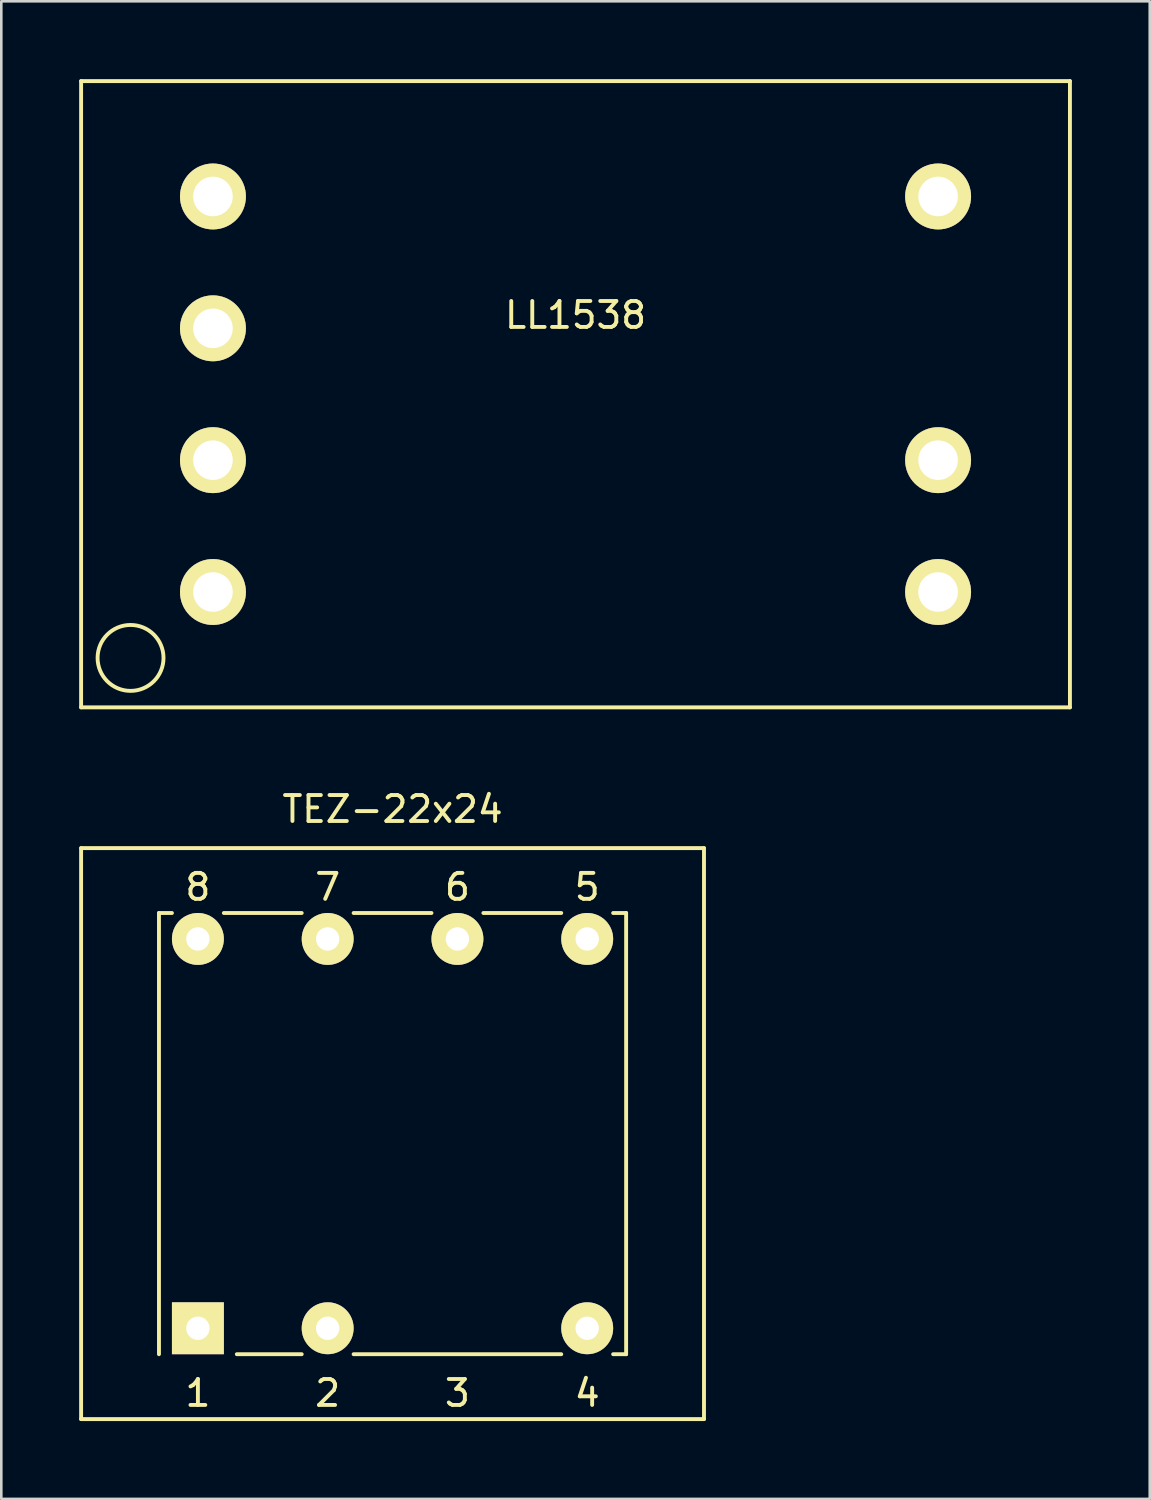
<source format=kicad_pcb>
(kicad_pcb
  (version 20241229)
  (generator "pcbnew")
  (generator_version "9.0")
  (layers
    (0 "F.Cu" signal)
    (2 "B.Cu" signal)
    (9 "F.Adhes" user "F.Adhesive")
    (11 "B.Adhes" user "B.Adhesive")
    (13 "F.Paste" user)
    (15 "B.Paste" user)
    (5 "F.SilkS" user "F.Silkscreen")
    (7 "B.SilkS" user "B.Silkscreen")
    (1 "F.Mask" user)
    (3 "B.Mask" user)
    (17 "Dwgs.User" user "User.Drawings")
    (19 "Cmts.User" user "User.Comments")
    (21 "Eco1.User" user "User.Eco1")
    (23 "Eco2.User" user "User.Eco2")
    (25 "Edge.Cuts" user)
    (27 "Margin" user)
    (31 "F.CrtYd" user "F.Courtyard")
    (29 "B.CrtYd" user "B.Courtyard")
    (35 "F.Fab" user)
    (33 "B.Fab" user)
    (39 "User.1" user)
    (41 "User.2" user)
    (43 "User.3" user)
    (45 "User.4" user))
  (footprint "LL1538"
    (layer "F.Cu")
    (at 19.125 12.14)
    (property "Reference" "LL1538" (at 0 -3.048 0) (layer "F.SilkS") (effects (font (size 1 1) (thickness 0.15))))
    (attr smd)
    (fp_line (start -19.05 -12.065) (end 19.05 -12.065) (stroke (width 0.15) (type solid)) (layer "F.SilkS"))
    (fp_line (start -19.05 12.065) (end -19.05 -12.065) (stroke (width 0.15) (type solid)) (layer "F.SilkS"))
    (fp_line (start 19.05 -12.065) (end 19.05 12.065) (stroke (width 0.15) (type solid)) (layer "F.SilkS"))
    (fp_line (start 19.05 12.065) (end -19.05 12.065) (stroke (width 0.15) (type solid)) (layer "F.SilkS"))
    (fp_circle (center -17.145 10.16) (end -17.145 8.89) (stroke (width 0.15) (type solid)) (fill no) (layer "F.SilkS"))
    (pad "1" thru_hole circle (at -13.97 7.62) (size 2.54 2.54) (drill 1.524) (layers "*.Cu" "*.Mask" "F.SilkS"))
    (pad "2" thru_hole circle (at -13.97 2.54) (size 2.54 2.54) (drill 1.524) (layers "*.Cu" "*.Mask" "F.SilkS"))
    (pad "3" thru_hole circle (at -13.97 -2.54) (size 2.54 2.54) (drill 1.524) (layers "*.Cu" "*.Mask" "F.SilkS"))
    (pad "4" thru_hole circle (at -13.97 -7.62) (size 2.54 2.54) (drill 1.524) (layers "*.Cu" "*.Mask" "F.SilkS"))
    (pad "5" thru_hole circle (at 13.97 7.62) (size 2.54 2.54) (drill 1.524) (layers "*.Cu" "*.Mask" "F.SilkS"))
    (pad "6" thru_hole circle (at 13.97 2.54) (size 2.54 2.54) (drill 1.524) (layers "*.Cu" "*.Mask" "F.SilkS"))
    (pad "8" thru_hole circle (at 13.97 -7.62) (size 2.54 2.54) (drill 1.524) (layers "*.Cu" "*.Mask" "F.SilkS")))
  (footprint "TEZ-22x24"
    (layer "F.Cu")
    (at 12.075 40.628)
    (property "Reference" "TEZ-22x24" (at 0 -12.5 0) (layer "F.SilkS") (effects (font (size 1 1) (thickness 0.15))))
    (attr through_hole)
    (fp_line (start -12 -11) (end 12 -11) (stroke (width 0.15) (type solid)) (layer "F.SilkS"))
    (fp_line (start -12 11) (end -12 -11) (stroke (width 0.15) (type solid)) (layer "F.SilkS"))
    (fp_line (start -9 8.5) (end -9 -8.5) (stroke (width 0.15) (type solid)) (layer "F.SilkS"))
    (fp_line (start -8.5 -8.5) (end -9 -8.5) (stroke (width 0.15) (type solid)) (layer "F.SilkS"))
    (fp_line (start -6.5 -8.5) (end -3.5 -8.5) (stroke (width 0.15) (type solid)) (layer "F.SilkS"))
    (fp_line (start -3.5 8.5) (end -6 8.5) (stroke (width 0.15) (type solid)) (layer "F.SilkS"))
    (fp_line (start -1.5 -8.5) (end 1.5 -8.5) (stroke (width 0.15) (type solid)) (layer "F.SilkS"))
    (fp_line (start -1.5 8.5) (end 6.5 8.5) (stroke (width 0.15) (type solid)) (layer "F.SilkS"))
    (fp_line (start 3.5 -8.5) (end 6.5 -8.5) (stroke (width 0.15) (type solid)) (layer "F.SilkS"))
    (fp_line (start 8.5 -8.5) (end 9 -8.5) (stroke (width 0.15) (type solid)) (layer "F.SilkS"))
    (fp_line (start 8.5 8.5) (end 9 8.5) (stroke (width 0.15) (type solid)) (layer "F.SilkS"))
    (fp_line (start 9 8.5) (end 9 -8.5) (stroke (width 0.15) (type solid)) (layer "F.SilkS"))
    (fp_line (start 12 -11) (end 12 11) (stroke (width 0.15) (type solid)) (layer "F.SilkS"))
    (fp_line (start 12 11) (end -12 11) (stroke (width 0.15) (type solid)) (layer "F.SilkS"))
    (fp_text user "2" (at -2.5 10 0) (layer "F.SilkS") (effects (font (size 1 1) (thickness 0.15))))
    (fp_text user "3" (at 2.5 10 0) (layer "F.SilkS") (effects (font (size 1 1) (thickness 0.15))))
    (fp_text user "7" (at -2.5 -9.5 0) (layer "F.SilkS") (effects (font (size 1 1) (thickness 0.15))))
    (fp_text user "4" (at 7.5 10 0) (layer "F.SilkS") (effects (font (size 1 1) (thickness 0.15))))
    (fp_text user "6" (at 2.5 -9.5 0) (layer "F.SilkS") (effects (font (size 1 1) (thickness 0.15))))
    (fp_text user "5" (at 7.5 -9.5 0) (layer "F.SilkS") (effects (font (size 1 1) (thickness 0.15))))
    (fp_text user "1" (at -7.5 10 0) (layer "F.SilkS") (effects (font (size 1 1) (thickness 0.15))))
    (fp_text user "8" (at -7.5 -9.5 0) (layer "F.SilkS") (effects (font (size 1 1) (thickness 0.15))))
    (pad "1" thru_hole rect (at -7.5 7.5) (size 2 2) (drill 0.9) (layers "*.Cu" "*.Mask" "F.SilkS"))
    (pad "2" thru_hole circle (at -2.5 7.5) (size 2 2) (drill 0.9) (layers "*.Cu" "*.Mask" "F.SilkS"))
    (pad "4" thru_hole circle (at 7.5 7.5) (size 2 2) (drill 0.9) (layers "*.Cu" "*.Mask" "F.SilkS"))
    (pad "5" thru_hole circle (at 7.5 -7.5) (size 2 2) (drill 0.9) (layers "*.Cu" "*.Mask" "F.SilkS"))
    (pad "6" thru_hole circle (at 2.5 -7.5) (size 2 2) (drill 0.9) (layers "*.Cu" "*.Mask" "F.SilkS"))
    (pad "7" thru_hole circle (at -2.5 -7.5) (size 2 2) (drill 0.9) (layers "*.Cu" "*.Mask" "F.SilkS"))
    (pad "8" thru_hole circle (at -7.5 -7.5) (size 2 2) (drill 0.9) (layers "*.Cu" "*.Mask" "F.SilkS")))
  (gr_rect
    (start -3 -3)
    (end 41.25 54.703)
    (stroke (width 0.1) (type default))
    (fill no)
    (layer "Edge.Cuts")))
</source>
